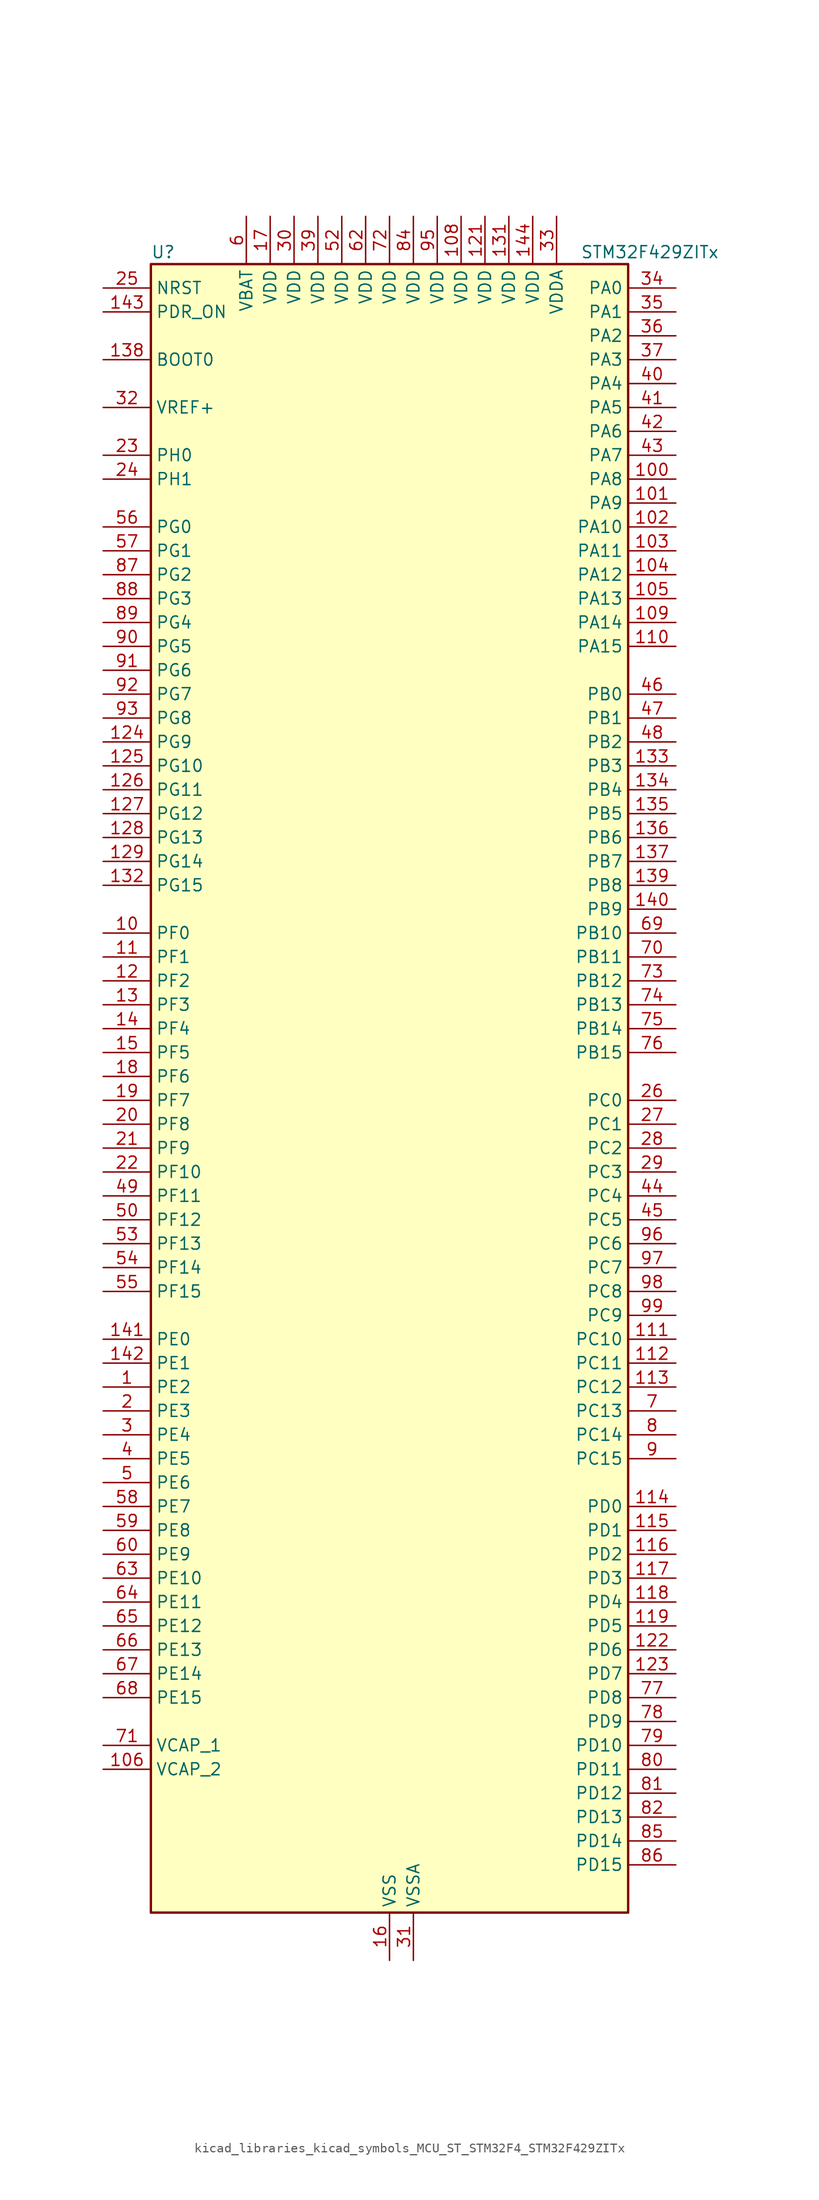
<source format=kicad_sym>
(kicad_symbol_lib
  (version 20220914)
  (generator kicad_symbol_editor)
  (symbol "kicad_libraries_kicad_symbols_MCU_ST_STM32F4_STM32F429ZITx"
    (property "Reference" "U"
      (at -25.4 90.17 0)
      (effects (font (size 1.27 1.27)) (justify left)))
    (property "Value" "STM32F429ZITx"
      (at 20.32 90.17 0)
      (effects (font (size 1.27 1.27)) (justify left)))
    (property "ki_locked" ""
      (at 0 0 0)
      (effects (font (size 1.27 1.27))))
    (symbol "kicad_libraries_kicad_symbols_MCU_ST_STM32F4_STM32F429ZITx_0_1"
      (rectangle (start -25.4 -86.36) (end 25.4 88.9) (stroke (width 0.254) (type default)) (fill (type background))))
    (symbol "kicad_libraries_kicad_symbols_MCU_ST_STM32F4_STM32F429ZITx_1_1"
      (pin bidirectional line (at -30.48 -30.48 0) (length 5.08) (name "PE2" (effects (font (size 1.27 1.27)))) (number "1" (effects (font (size 1.27 1.27)))) (alternate "ETH_TXD3" bidirectional line) (alternate "FMC_A23" bidirectional line) (alternate "SAI1_MCLK_A" bidirectional line) (alternate "SPI4_SCK" bidirectional line) (alternate "SYS_TRACECLK" bidirectional line))
      (pin bidirectional line (at -30.48 17.78 0) (length 5.08) (name "PF0" (effects (font (size 1.27 1.27)))) (number "10" (effects (font (size 1.27 1.27)))) (alternate "FMC_A0" bidirectional line) (alternate "I2C2_SDA" bidirectional line))
      (pin bidirectional line (at 30.48 66.04 180) (length 5.08) (name "PA8" (effects (font (size 1.27 1.27)))) (number "100" (effects (font (size 1.27 1.27)))) (alternate "I2C3_SCL" bidirectional line) (alternate "LTDC_R6" bidirectional line) (alternate "RCC_MCO_1" bidirectional line) (alternate "TIM1_CH1" bidirectional line) (alternate "USART1_CK" bidirectional line) (alternate "USB_OTG_FS_SOF" bidirectional line))
      (pin bidirectional line (at 30.48 63.5 180) (length 5.08) (name "PA9" (effects (font (size 1.27 1.27)))) (number "101" (effects (font (size 1.27 1.27)))) (alternate "DAC_EXTI9" bidirectional line) (alternate "DCMI_D0" bidirectional line) (alternate "I2C3_SMBA" bidirectional line) (alternate "TIM1_CH2" bidirectional line) (alternate "USART1_TX" bidirectional line) (alternate "USB_OTG_FS_VBUS" bidirectional line))
      (pin bidirectional line (at 30.48 60.96 180) (length 5.08) (name "PA10" (effects (font (size 1.27 1.27)))) (number "102" (effects (font (size 1.27 1.27)))) (alternate "DCMI_D1" bidirectional line) (alternate "TIM1_CH3" bidirectional line) (alternate "USART1_RX" bidirectional line) (alternate "USB_OTG_FS_ID" bidirectional line))
      (pin bidirectional line (at 30.48 58.42 180) (length 5.08) (name "PA11" (effects (font (size 1.27 1.27)))) (number "103" (effects (font (size 1.27 1.27)))) (alternate "ADC1_EXTI11" bidirectional line) (alternate "ADC2_EXTI11" bidirectional line) (alternate "ADC3_EXTI11" bidirectional line) (alternate "CAN1_RX" bidirectional line) (alternate "LTDC_R4" bidirectional line) (alternate "TIM1_CH4" bidirectional line) (alternate "USART1_CTS" bidirectional line) (alternate "USB_OTG_FS_DM" bidirectional line))
      (pin bidirectional line (at 30.48 55.88 180) (length 5.08) (name "PA12" (effects (font (size 1.27 1.27)))) (number "104" (effects (font (size 1.27 1.27)))) (alternate "CAN1_TX" bidirectional line) (alternate "LTDC_R5" bidirectional line) (alternate "TIM1_ETR" bidirectional line) (alternate "USART1_RTS" bidirectional line) (alternate "USB_OTG_FS_DP" bidirectional line))
      (pin bidirectional line (at 30.48 53.34 180) (length 5.08) (name "PA13" (effects (font (size 1.27 1.27)))) (number "105" (effects (font (size 1.27 1.27)))) (alternate "SYS_JTMS-SWDIO" bidirectional line))
      (pin power_out line (at -30.48 -71.12 0) (length 5.08) (name "VCAP_2" (effects (font (size 1.27 1.27)))) (number "106" (effects (font (size 1.27 1.27)))))
      (pin passive line (at 0 -91.44 90) (length 5.08) hide (name "VSS" (effects (font (size 1.27 1.27)))) (number "107" (effects (font (size 1.27 1.27)))))
      (pin power_in line (at 7.62 93.98 270) (length 5.08) (name "VDD" (effects (font (size 1.27 1.27)))) (number "108" (effects (font (size 1.27 1.27)))))
      (pin bidirectional line (at 30.48 50.8 180) (length 5.08) (name "PA14" (effects (font (size 1.27 1.27)))) (number "109" (effects (font (size 1.27 1.27)))) (alternate "SYS_JTCK-SWCLK" bidirectional line))
      (pin bidirectional line (at -30.48 15.24 0) (length 5.08) (name "PF1" (effects (font (size 1.27 1.27)))) (number "11" (effects (font (size 1.27 1.27)))) (alternate "FMC_A1" bidirectional line) (alternate "I2C2_SCL" bidirectional line))
      (pin bidirectional line (at 30.48 48.26 180) (length 5.08) (name "PA15" (effects (font (size 1.27 1.27)))) (number "110" (effects (font (size 1.27 1.27)))) (alternate "ADC1_EXTI15" bidirectional line) (alternate "ADC2_EXTI15" bidirectional line) (alternate "ADC3_EXTI15" bidirectional line) (alternate "I2S3_WS" bidirectional line) (alternate "SPI1_NSS" bidirectional line) (alternate "SPI3_NSS" bidirectional line) (alternate "SYS_JTDI" bidirectional line) (alternate "TIM2_CH1" bidirectional line) (alternate "TIM2_ETR" bidirectional line))
      (pin bidirectional line (at 30.48 -25.4 180) (length 5.08) (name "PC10" (effects (font (size 1.27 1.27)))) (number "111" (effects (font (size 1.27 1.27)))) (alternate "DCMI_D8" bidirectional line) (alternate "I2S3_CK" bidirectional line) (alternate "LTDC_R2" bidirectional line) (alternate "SDIO_D2" bidirectional line) (alternate "SPI3_SCK" bidirectional line) (alternate "UART4_TX" bidirectional line) (alternate "USART3_TX" bidirectional line))
      (pin bidirectional line (at 30.48 -27.94 180) (length 5.08) (name "PC11" (effects (font (size 1.27 1.27)))) (number "112" (effects (font (size 1.27 1.27)))) (alternate "ADC1_EXTI11" bidirectional line) (alternate "ADC2_EXTI11" bidirectional line) (alternate "ADC3_EXTI11" bidirectional line) (alternate "DCMI_D4" bidirectional line) (alternate "I2S3_ext_SD" bidirectional line) (alternate "SDIO_D3" bidirectional line) (alternate "SPI3_MISO" bidirectional line) (alternate "UART4_RX" bidirectional line) (alternate "USART3_RX" bidirectional line))
      (pin bidirectional line (at 30.48 -30.48 180) (length 5.08) (name "PC12" (effects (font (size 1.27 1.27)))) (number "113" (effects (font (size 1.27 1.27)))) (alternate "DCMI_D9" bidirectional line) (alternate "I2S3_SD" bidirectional line) (alternate "SDIO_CK" bidirectional line) (alternate "SPI3_MOSI" bidirectional line) (alternate "UART5_TX" bidirectional line) (alternate "USART3_CK" bidirectional line))
      (pin bidirectional line (at 30.48 -43.18 180) (length 5.08) (name "PD0" (effects (font (size 1.27 1.27)))) (number "114" (effects (font (size 1.27 1.27)))) (alternate "CAN1_RX" bidirectional line) (alternate "FMC_D2" bidirectional line) (alternate "FMC_DA2" bidirectional line))
      (pin bidirectional line (at 30.48 -45.72 180) (length 5.08) (name "PD1" (effects (font (size 1.27 1.27)))) (number "115" (effects (font (size 1.27 1.27)))) (alternate "CAN1_TX" bidirectional line) (alternate "FMC_D3" bidirectional line) (alternate "FMC_DA3" bidirectional line))
      (pin bidirectional line (at 30.48 -48.26 180) (length 5.08) (name "PD2" (effects (font (size 1.27 1.27)))) (number "116" (effects (font (size 1.27 1.27)))) (alternate "DCMI_D11" bidirectional line) (alternate "SDIO_CMD" bidirectional line) (alternate "TIM3_ETR" bidirectional line) (alternate "UART5_RX" bidirectional line))
      (pin bidirectional line (at 30.48 -50.8 180) (length 5.08) (name "PD3" (effects (font (size 1.27 1.27)))) (number "117" (effects (font (size 1.27 1.27)))) (alternate "DCMI_D5" bidirectional line) (alternate "FMC_CLK" bidirectional line) (alternate "I2S2_CK" bidirectional line) (alternate "LTDC_G7" bidirectional line) (alternate "SPI2_SCK" bidirectional line) (alternate "USART2_CTS" bidirectional line))
      (pin bidirectional line (at 30.48 -53.34 180) (length 5.08) (name "PD4" (effects (font (size 1.27 1.27)))) (number "118" (effects (font (size 1.27 1.27)))) (alternate "FMC_NOE" bidirectional line) (alternate "USART2_RTS" bidirectional line))
      (pin bidirectional line (at 30.48 -55.88 180) (length 5.08) (name "PD5" (effects (font (size 1.27 1.27)))) (number "119" (effects (font (size 1.27 1.27)))) (alternate "FMC_NWE" bidirectional line) (alternate "USART2_TX" bidirectional line))
      (pin bidirectional line (at -30.48 12.7 0) (length 5.08) (name "PF2" (effects (font (size 1.27 1.27)))) (number "12" (effects (font (size 1.27 1.27)))) (alternate "FMC_A2" bidirectional line) (alternate "I2C2_SMBA" bidirectional line))
      (pin passive line (at 0 -91.44 90) (length 5.08) hide (name "VSS" (effects (font (size 1.27 1.27)))) (number "120" (effects (font (size 1.27 1.27)))))
      (pin power_in line (at 10.16 93.98 270) (length 5.08) (name "VDD" (effects (font (size 1.27 1.27)))) (number "121" (effects (font (size 1.27 1.27)))))
      (pin bidirectional line (at 30.48 -58.42 180) (length 5.08) (name "PD6" (effects (font (size 1.27 1.27)))) (number "122" (effects (font (size 1.27 1.27)))) (alternate "DCMI_D10" bidirectional line) (alternate "FMC_NWAIT" bidirectional line) (alternate "I2S3_SD" bidirectional line) (alternate "LTDC_B2" bidirectional line) (alternate "SAI1_SD_A" bidirectional line) (alternate "SPI3_MOSI" bidirectional line) (alternate "USART2_RX" bidirectional line))
      (pin bidirectional line (at 30.48 -60.96 180) (length 5.08) (name "PD7" (effects (font (size 1.27 1.27)))) (number "123" (effects (font (size 1.27 1.27)))) (alternate "FMC_NCE2" bidirectional line) (alternate "FMC_NE1" bidirectional line) (alternate "USART2_CK" bidirectional line))
      (pin bidirectional line (at -30.48 38.1 0) (length 5.08) (name "PG9" (effects (font (size 1.27 1.27)))) (number "124" (effects (font (size 1.27 1.27)))) (alternate "DAC_EXTI9" bidirectional line) (alternate "DCMI_VSYNC" bidirectional line) (alternate "FMC_NCE3" bidirectional line) (alternate "FMC_NE2" bidirectional line) (alternate "USART6_RX" bidirectional line))
      (pin bidirectional line (at -30.48 35.56 0) (length 5.08) (name "PG10" (effects (font (size 1.27 1.27)))) (number "125" (effects (font (size 1.27 1.27)))) (alternate "DCMI_D2" bidirectional line) (alternate "FMC_NCE4_1" bidirectional line) (alternate "FMC_NE3" bidirectional line) (alternate "LTDC_B2" bidirectional line) (alternate "LTDC_G3" bidirectional line))
      (pin bidirectional line (at -30.48 33.02 0) (length 5.08) (name "PG11" (effects (font (size 1.27 1.27)))) (number "126" (effects (font (size 1.27 1.27)))) (alternate "ADC1_EXTI11" bidirectional line) (alternate "ADC2_EXTI11" bidirectional line) (alternate "ADC3_EXTI11" bidirectional line) (alternate "DCMI_D3" bidirectional line) (alternate "ETH_TX_EN" bidirectional line) (alternate "FMC_NCE4_2" bidirectional line) (alternate "LTDC_B3" bidirectional line))
      (pin bidirectional line (at -30.48 30.48 0) (length 5.08) (name "PG12" (effects (font (size 1.27 1.27)))) (number "127" (effects (font (size 1.27 1.27)))) (alternate "FMC_NE4" bidirectional line) (alternate "LTDC_B1" bidirectional line) (alternate "LTDC_B4" bidirectional line) (alternate "SPI6_MISO" bidirectional line) (alternate "USART6_RTS" bidirectional line))
      (pin bidirectional line (at -30.48 27.94 0) (length 5.08) (name "PG13" (effects (font (size 1.27 1.27)))) (number "128" (effects (font (size 1.27 1.27)))) (alternate "ETH_TXD0" bidirectional line) (alternate "FMC_A24" bidirectional line) (alternate "SPI6_SCK" bidirectional line) (alternate "USART6_CTS" bidirectional line))
      (pin bidirectional line (at -30.48 25.4 0) (length 5.08) (name "PG14" (effects (font (size 1.27 1.27)))) (number "129" (effects (font (size 1.27 1.27)))) (alternate "ETH_TXD1" bidirectional line) (alternate "FMC_A25" bidirectional line) (alternate "SPI6_MOSI" bidirectional line) (alternate "USART6_TX" bidirectional line))
      (pin bidirectional line (at -30.48 10.16 0) (length 5.08) (name "PF3" (effects (font (size 1.27 1.27)))) (number "13" (effects (font (size 1.27 1.27)))) (alternate "ADC3_IN9" bidirectional line) (alternate "FMC_A3" bidirectional line))
      (pin passive line (at 0 -91.44 90) (length 5.08) hide (name "VSS" (effects (font (size 1.27 1.27)))) (number "130" (effects (font (size 1.27 1.27)))))
      (pin power_in line (at 12.7 93.98 270) (length 5.08) (name "VDD" (effects (font (size 1.27 1.27)))) (number "131" (effects (font (size 1.27 1.27)))))
      (pin bidirectional line (at -30.48 22.86 0) (length 5.08) (name "PG15" (effects (font (size 1.27 1.27)))) (number "132" (effects (font (size 1.27 1.27)))) (alternate "ADC1_EXTI15" bidirectional line) (alternate "ADC2_EXTI15" bidirectional line) (alternate "ADC3_EXTI15" bidirectional line) (alternate "DCMI_D13" bidirectional line) (alternate "FMC_SDNCAS" bidirectional line) (alternate "USART6_CTS" bidirectional line))
      (pin bidirectional line (at 30.48 35.56 180) (length 5.08) (name "PB3" (effects (font (size 1.27 1.27)))) (number "133" (effects (font (size 1.27 1.27)))) (alternate "I2S3_CK" bidirectional line) (alternate "SPI1_SCK" bidirectional line) (alternate "SPI3_SCK" bidirectional line) (alternate "SYS_JTDO-SWO" bidirectional line) (alternate "TIM2_CH2" bidirectional line))
      (pin bidirectional line (at 30.48 33.02 180) (length 5.08) (name "PB4" (effects (font (size 1.27 1.27)))) (number "134" (effects (font (size 1.27 1.27)))) (alternate "I2S3_ext_SD" bidirectional line) (alternate "SPI1_MISO" bidirectional line) (alternate "SPI3_MISO" bidirectional line) (alternate "SYS_JTRST" bidirectional line) (alternate "TIM3_CH1" bidirectional line))
      (pin bidirectional line (at 30.48 30.48 180) (length 5.08) (name "PB5" (effects (font (size 1.27 1.27)))) (number "135" (effects (font (size 1.27 1.27)))) (alternate "CAN2_RX" bidirectional line) (alternate "DCMI_D10" bidirectional line) (alternate "ETH_PPS_OUT" bidirectional line) (alternate "FMC_SDCKE1" bidirectional line) (alternate "I2C1_SMBA" bidirectional line) (alternate "I2S3_SD" bidirectional line) (alternate "SPI1_MOSI" bidirectional line) (alternate "SPI3_MOSI" bidirectional line) (alternate "TIM3_CH2" bidirectional line) (alternate "USB_OTG_HS_ULPI_D7" bidirectional line))
      (pin bidirectional line (at 30.48 27.94 180) (length 5.08) (name "PB6" (effects (font (size 1.27 1.27)))) (number "136" (effects (font (size 1.27 1.27)))) (alternate "CAN2_TX" bidirectional line) (alternate "DCMI_D5" bidirectional line) (alternate "FMC_SDNE1" bidirectional line) (alternate "I2C1_SCL" bidirectional line) (alternate "TIM4_CH1" bidirectional line) (alternate "USART1_TX" bidirectional line))
      (pin bidirectional line (at 30.48 25.4 180) (length 5.08) (name "PB7" (effects (font (size 1.27 1.27)))) (number "137" (effects (font (size 1.27 1.27)))) (alternate "DCMI_VSYNC" bidirectional line) (alternate "FMC_NL" bidirectional line) (alternate "I2C1_SDA" bidirectional line) (alternate "TIM4_CH2" bidirectional line) (alternate "USART1_RX" bidirectional line))
      (pin input line (at -30.48 78.74 0) (length 5.08) (name "BOOT0" (effects (font (size 1.27 1.27)))) (number "138" (effects (font (size 1.27 1.27)))))
      (pin bidirectional line (at 30.48 22.86 180) (length 5.08) (name "PB8" (effects (font (size 1.27 1.27)))) (number "139" (effects (font (size 1.27 1.27)))) (alternate "CAN1_RX" bidirectional line) (alternate "DCMI_D6" bidirectional line) (alternate "ETH_TXD3" bidirectional line) (alternate "I2C1_SCL" bidirectional line) (alternate "LTDC_B6" bidirectional line) (alternate "SDIO_D4" bidirectional line) (alternate "TIM10_CH1" bidirectional line) (alternate "TIM4_CH3" bidirectional line))
      (pin bidirectional line (at -30.48 7.62 0) (length 5.08) (name "PF4" (effects (font (size 1.27 1.27)))) (number "14" (effects (font (size 1.27 1.27)))) (alternate "ADC3_IN14" bidirectional line) (alternate "FMC_A4" bidirectional line))
      (pin bidirectional line (at 30.48 20.32 180) (length 5.08) (name "PB9" (effects (font (size 1.27 1.27)))) (number "140" (effects (font (size 1.27 1.27)))) (alternate "CAN1_TX" bidirectional line) (alternate "DAC_EXTI9" bidirectional line) (alternate "DCMI_D7" bidirectional line) (alternate "I2C1_SDA" bidirectional line) (alternate "I2S2_WS" bidirectional line) (alternate "LTDC_B7" bidirectional line) (alternate "SDIO_D5" bidirectional line) (alternate "SPI2_NSS" bidirectional line) (alternate "TIM11_CH1" bidirectional line) (alternate "TIM4_CH4" bidirectional line))
      (pin bidirectional line (at -30.48 -25.4 0) (length 5.08) (name "PE0" (effects (font (size 1.27 1.27)))) (number "141" (effects (font (size 1.27 1.27)))) (alternate "DCMI_D2" bidirectional line) (alternate "FMC_NBL0" bidirectional line) (alternate "TIM4_ETR" bidirectional line) (alternate "UART8_RX" bidirectional line))
      (pin bidirectional line (at -30.48 -27.94 0) (length 5.08) (name "PE1" (effects (font (size 1.27 1.27)))) (number "142" (effects (font (size 1.27 1.27)))) (alternate "DCMI_D3" bidirectional line) (alternate "FMC_NBL1" bidirectional line) (alternate "UART8_TX" bidirectional line))
      (pin input line (at -30.48 83.82 0) (length 5.08) (name "PDR_ON" (effects (font (size 1.27 1.27)))) (number "143" (effects (font (size 1.27 1.27)))))
      (pin power_in line (at 15.24 93.98 270) (length 5.08) (name "VDD" (effects (font (size 1.27 1.27)))) (number "144" (effects (font (size 1.27 1.27)))))
      (pin bidirectional line (at -30.48 5.08 0) (length 5.08) (name "PF5" (effects (font (size 1.27 1.27)))) (number "15" (effects (font (size 1.27 1.27)))) (alternate "ADC3_IN15" bidirectional line) (alternate "FMC_A5" bidirectional line))
      (pin power_in line (at 0 -91.44 90) (length 5.08) (name "VSS" (effects (font (size 1.27 1.27)))) (number "16" (effects (font (size 1.27 1.27)))))
      (pin power_in line (at -12.7 93.98 270) (length 5.08) (name "VDD" (effects (font (size 1.27 1.27)))) (number "17" (effects (font (size 1.27 1.27)))))
      (pin bidirectional line (at -30.48 2.54 0) (length 5.08) (name "PF6" (effects (font (size 1.27 1.27)))) (number "18" (effects (font (size 1.27 1.27)))) (alternate "ADC3_IN4" bidirectional line) (alternate "FMC_NIORD" bidirectional line) (alternate "SAI1_SD_B" bidirectional line) (alternate "SPI5_NSS" bidirectional line) (alternate "TIM10_CH1" bidirectional line) (alternate "UART7_RX" bidirectional line))
      (pin bidirectional line (at -30.48 0 0) (length 5.08) (name "PF7" (effects (font (size 1.27 1.27)))) (number "19" (effects (font (size 1.27 1.27)))) (alternate "ADC3_IN5" bidirectional line) (alternate "FMC_NREG" bidirectional line) (alternate "SAI1_MCLK_B" bidirectional line) (alternate "SPI5_SCK" bidirectional line) (alternate "TIM11_CH1" bidirectional line) (alternate "UART7_TX" bidirectional line))
      (pin bidirectional line (at -30.48 -33.02 0) (length 5.08) (name "PE3" (effects (font (size 1.27 1.27)))) (number "2" (effects (font (size 1.27 1.27)))) (alternate "FMC_A19" bidirectional line) (alternate "SAI1_SD_B" bidirectional line) (alternate "SYS_TRACED0" bidirectional line))
      (pin bidirectional line (at -30.48 -2.54 0) (length 5.08) (name "PF8" (effects (font (size 1.27 1.27)))) (number "20" (effects (font (size 1.27 1.27)))) (alternate "ADC3_IN6" bidirectional line) (alternate "FMC_NIOWR" bidirectional line) (alternate "SAI1_SCK_B" bidirectional line) (alternate "SPI5_MISO" bidirectional line) (alternate "TIM13_CH1" bidirectional line))
      (pin bidirectional line (at -30.48 -5.08 0) (length 5.08) (name "PF9" (effects (font (size 1.27 1.27)))) (number "21" (effects (font (size 1.27 1.27)))) (alternate "ADC3_IN7" bidirectional line) (alternate "DAC_EXTI9" bidirectional line) (alternate "FMC_CD" bidirectional line) (alternate "SAI1_FS_B" bidirectional line) (alternate "SPI5_MOSI" bidirectional line) (alternate "TIM14_CH1" bidirectional line))
      (pin bidirectional line (at -30.48 -7.62 0) (length 5.08) (name "PF10" (effects (font (size 1.27 1.27)))) (number "22" (effects (font (size 1.27 1.27)))) (alternate "ADC3_IN8" bidirectional line) (alternate "DCMI_D11" bidirectional line) (alternate "FMC_INTR" bidirectional line) (alternate "LTDC_DE" bidirectional line))
      (pin bidirectional line (at -30.48 68.58 0) (length 5.08) (name "PH0" (effects (font (size 1.27 1.27)))) (number "23" (effects (font (size 1.27 1.27)))) (alternate "RCC_OSC_IN" bidirectional line))
      (pin bidirectional line (at -30.48 66.04 0) (length 5.08) (name "PH1" (effects (font (size 1.27 1.27)))) (number "24" (effects (font (size 1.27 1.27)))) (alternate "RCC_OSC_OUT" bidirectional line))
      (pin input line (at -30.48 86.36 0) (length 5.08) (name "NRST" (effects (font (size 1.27 1.27)))) (number "25" (effects (font (size 1.27 1.27)))))
      (pin bidirectional line (at 30.48 0 180) (length 5.08) (name "PC0" (effects (font (size 1.27 1.27)))) (number "26" (effects (font (size 1.27 1.27)))) (alternate "ADC1_IN10" bidirectional line) (alternate "ADC2_IN10" bidirectional line) (alternate "ADC3_IN10" bidirectional line) (alternate "FMC_SDNWE" bidirectional line) (alternate "USB_OTG_HS_ULPI_STP" bidirectional line))
      (pin bidirectional line (at 30.48 -2.54 180) (length 5.08) (name "PC1" (effects (font (size 1.27 1.27)))) (number "27" (effects (font (size 1.27 1.27)))) (alternate "ADC1_IN11" bidirectional line) (alternate "ADC2_IN11" bidirectional line) (alternate "ADC3_IN11" bidirectional line) (alternate "ETH_MDC" bidirectional line))
      (pin bidirectional line (at 30.48 -5.08 180) (length 5.08) (name "PC2" (effects (font (size 1.27 1.27)))) (number "28" (effects (font (size 1.27 1.27)))) (alternate "ADC1_IN12" bidirectional line) (alternate "ADC2_IN12" bidirectional line) (alternate "ADC3_IN12" bidirectional line) (alternate "ETH_TXD2" bidirectional line) (alternate "FMC_SDNE0" bidirectional line) (alternate "I2S2_ext_SD" bidirectional line) (alternate "SPI2_MISO" bidirectional line) (alternate "USB_OTG_HS_ULPI_DIR" bidirectional line))
      (pin bidirectional line (at 30.48 -7.62 180) (length 5.08) (name "PC3" (effects (font (size 1.27 1.27)))) (number "29" (effects (font (size 1.27 1.27)))) (alternate "ADC1_IN13" bidirectional line) (alternate "ADC2_IN13" bidirectional line) (alternate "ADC3_IN13" bidirectional line) (alternate "ETH_TX_CLK" bidirectional line) (alternate "FMC_SDCKE0" bidirectional line) (alternate "I2S2_SD" bidirectional line) (alternate "SPI2_MOSI" bidirectional line) (alternate "USB_OTG_HS_ULPI_NXT" bidirectional line))
      (pin bidirectional line (at -30.48 -35.56 0) (length 5.08) (name "PE4" (effects (font (size 1.27 1.27)))) (number "3" (effects (font (size 1.27 1.27)))) (alternate "DCMI_D4" bidirectional line) (alternate "FMC_A20" bidirectional line) (alternate "LTDC_B0" bidirectional line) (alternate "SAI1_FS_A" bidirectional line) (alternate "SPI4_NSS" bidirectional line) (alternate "SYS_TRACED1" bidirectional line))
      (pin power_in line (at -10.16 93.98 270) (length 5.08) (name "VDD" (effects (font (size 1.27 1.27)))) (number "30" (effects (font (size 1.27 1.27)))))
      (pin power_in line (at 2.54 -91.44 90) (length 5.08) (name "VSSA" (effects (font (size 1.27 1.27)))) (number "31" (effects (font (size 1.27 1.27)))))
      (pin input line (at -30.48 73.66 0) (length 5.08) (name "VREF+" (effects (font (size 1.27 1.27)))) (number "32" (effects (font (size 1.27 1.27)))))
      (pin power_in line (at 17.78 93.98 270) (length 5.08) (name "VDDA" (effects (font (size 1.27 1.27)))) (number "33" (effects (font (size 1.27 1.27)))))
      (pin bidirectional line (at 30.48 86.36 180) (length 5.08) (name "PA0" (effects (font (size 1.27 1.27)))) (number "34" (effects (font (size 1.27 1.27)))) (alternate "ADC1_IN0" bidirectional line) (alternate "ADC2_IN0" bidirectional line) (alternate "ADC3_IN0" bidirectional line) (alternate "ETH_CRS" bidirectional line) (alternate "SYS_WKUP" bidirectional line) (alternate "TIM2_CH1" bidirectional line) (alternate "TIM2_ETR" bidirectional line) (alternate "TIM5_CH1" bidirectional line) (alternate "TIM8_ETR" bidirectional line) (alternate "UART4_TX" bidirectional line) (alternate "USART2_CTS" bidirectional line))
      (pin bidirectional line (at 30.48 83.82 180) (length 5.08) (name "PA1" (effects (font (size 1.27 1.27)))) (number "35" (effects (font (size 1.27 1.27)))) (alternate "ADC1_IN1" bidirectional line) (alternate "ADC2_IN1" bidirectional line) (alternate "ADC3_IN1" bidirectional line) (alternate "ETH_REF_CLK" bidirectional line) (alternate "ETH_RX_CLK" bidirectional line) (alternate "TIM2_CH2" bidirectional line) (alternate "TIM5_CH2" bidirectional line) (alternate "UART4_RX" bidirectional line) (alternate "USART2_RTS" bidirectional line))
      (pin bidirectional line (at 30.48 81.28 180) (length 5.08) (name "PA2" (effects (font (size 1.27 1.27)))) (number "36" (effects (font (size 1.27 1.27)))) (alternate "ADC1_IN2" bidirectional line) (alternate "ADC2_IN2" bidirectional line) (alternate "ADC3_IN2" bidirectional line) (alternate "ETH_MDIO" bidirectional line) (alternate "TIM2_CH3" bidirectional line) (alternate "TIM5_CH3" bidirectional line) (alternate "TIM9_CH1" bidirectional line) (alternate "USART2_TX" bidirectional line))
      (pin bidirectional line (at 30.48 78.74 180) (length 5.08) (name "PA3" (effects (font (size 1.27 1.27)))) (number "37" (effects (font (size 1.27 1.27)))) (alternate "ADC1_IN3" bidirectional line) (alternate "ADC2_IN3" bidirectional line) (alternate "ADC3_IN3" bidirectional line) (alternate "ETH_COL" bidirectional line) (alternate "LTDC_B5" bidirectional line) (alternate "TIM2_CH4" bidirectional line) (alternate "TIM5_CH4" bidirectional line) (alternate "TIM9_CH2" bidirectional line) (alternate "USART2_RX" bidirectional line) (alternate "USB_OTG_HS_ULPI_D0" bidirectional line))
      (pin passive line (at 0 -91.44 90) (length 5.08) hide (name "VSS" (effects (font (size 1.27 1.27)))) (number "38" (effects (font (size 1.27 1.27)))))
      (pin power_in line (at -7.62 93.98 270) (length 5.08) (name "VDD" (effects (font (size 1.27 1.27)))) (number "39" (effects (font (size 1.27 1.27)))))
      (pin bidirectional line (at -30.48 -38.1 0) (length 5.08) (name "PE5" (effects (font (size 1.27 1.27)))) (number "4" (effects (font (size 1.27 1.27)))) (alternate "DCMI_D6" bidirectional line) (alternate "FMC_A21" bidirectional line) (alternate "LTDC_G0" bidirectional line) (alternate "SAI1_SCK_A" bidirectional line) (alternate "SPI4_MISO" bidirectional line) (alternate "SYS_TRACED2" bidirectional line) (alternate "TIM9_CH1" bidirectional line))
      (pin bidirectional line (at 30.48 76.2 180) (length 5.08) (name "PA4" (effects (font (size 1.27 1.27)))) (number "40" (effects (font (size 1.27 1.27)))) (alternate "ADC1_IN4" bidirectional line) (alternate "ADC2_IN4" bidirectional line) (alternate "DAC_OUT1" bidirectional line) (alternate "DCMI_HSYNC" bidirectional line) (alternate "I2S3_WS" bidirectional line) (alternate "LTDC_VSYNC" bidirectional line) (alternate "SPI1_NSS" bidirectional line) (alternate "SPI3_NSS" bidirectional line) (alternate "USART2_CK" bidirectional line) (alternate "USB_OTG_HS_SOF" bidirectional line))
      (pin bidirectional line (at 30.48 73.66 180) (length 5.08) (name "PA5" (effects (font (size 1.27 1.27)))) (number "41" (effects (font (size 1.27 1.27)))) (alternate "ADC1_IN5" bidirectional line) (alternate "ADC2_IN5" bidirectional line) (alternate "DAC_OUT2" bidirectional line) (alternate "SPI1_SCK" bidirectional line) (alternate "TIM2_CH1" bidirectional line) (alternate "TIM2_ETR" bidirectional line) (alternate "TIM8_CH1N" bidirectional line) (alternate "USB_OTG_HS_ULPI_CK" bidirectional line))
      (pin bidirectional line (at 30.48 71.12 180) (length 5.08) (name "PA6" (effects (font (size 1.27 1.27)))) (number "42" (effects (font (size 1.27 1.27)))) (alternate "ADC1_IN6" bidirectional line) (alternate "ADC2_IN6" bidirectional line) (alternate "DCMI_PIXCLK" bidirectional line) (alternate "LTDC_G2" bidirectional line) (alternate "SPI1_MISO" bidirectional line) (alternate "TIM13_CH1" bidirectional line) (alternate "TIM1_BKIN" bidirectional line) (alternate "TIM3_CH1" bidirectional line) (alternate "TIM8_BKIN" bidirectional line))
      (pin bidirectional line (at 30.48 68.58 180) (length 5.08) (name "PA7" (effects (font (size 1.27 1.27)))) (number "43" (effects (font (size 1.27 1.27)))) (alternate "ADC1_IN7" bidirectional line) (alternate "ADC2_IN7" bidirectional line) (alternate "ETH_CRS_DV" bidirectional line) (alternate "ETH_RX_DV" bidirectional line) (alternate "SPI1_MOSI" bidirectional line) (alternate "TIM14_CH1" bidirectional line) (alternate "TIM1_CH1N" bidirectional line) (alternate "TIM3_CH2" bidirectional line) (alternate "TIM8_CH1N" bidirectional line))
      (pin bidirectional line (at 30.48 -10.16 180) (length 5.08) (name "PC4" (effects (font (size 1.27 1.27)))) (number "44" (effects (font (size 1.27 1.27)))) (alternate "ADC1_IN14" bidirectional line) (alternate "ADC2_IN14" bidirectional line) (alternate "ETH_RXD0" bidirectional line))
      (pin bidirectional line (at 30.48 -12.7 180) (length 5.08) (name "PC5" (effects (font (size 1.27 1.27)))) (number "45" (effects (font (size 1.27 1.27)))) (alternate "ADC1_IN15" bidirectional line) (alternate "ADC2_IN15" bidirectional line) (alternate "ETH_RXD1" bidirectional line))
      (pin bidirectional line (at 30.48 43.18 180) (length 5.08) (name "PB0" (effects (font (size 1.27 1.27)))) (number "46" (effects (font (size 1.27 1.27)))) (alternate "ADC1_IN8" bidirectional line) (alternate "ADC2_IN8" bidirectional line) (alternate "ETH_RXD2" bidirectional line) (alternate "LTDC_R3" bidirectional line) (alternate "TIM1_CH2N" bidirectional line) (alternate "TIM3_CH3" bidirectional line) (alternate "TIM8_CH2N" bidirectional line) (alternate "USB_OTG_HS_ULPI_D1" bidirectional line))
      (pin bidirectional line (at 30.48 40.64 180) (length 5.08) (name "PB1" (effects (font (size 1.27 1.27)))) (number "47" (effects (font (size 1.27 1.27)))) (alternate "ADC1_IN9" bidirectional line) (alternate "ADC2_IN9" bidirectional line) (alternate "ETH_RXD3" bidirectional line) (alternate "LTDC_R6" bidirectional line) (alternate "TIM1_CH3N" bidirectional line) (alternate "TIM3_CH4" bidirectional line) (alternate "TIM8_CH3N" bidirectional line) (alternate "USB_OTG_HS_ULPI_D2" bidirectional line))
      (pin bidirectional line (at 30.48 38.1 180) (length 5.08) (name "PB2" (effects (font (size 1.27 1.27)))) (number "48" (effects (font (size 1.27 1.27)))))
      (pin bidirectional line (at -30.48 -10.16 0) (length 5.08) (name "PF11" (effects (font (size 1.27 1.27)))) (number "49" (effects (font (size 1.27 1.27)))) (alternate "ADC1_EXTI11" bidirectional line) (alternate "ADC2_EXTI11" bidirectional line) (alternate "ADC3_EXTI11" bidirectional line) (alternate "DCMI_D12" bidirectional line) (alternate "FMC_SDNRAS" bidirectional line) (alternate "SPI5_MOSI" bidirectional line))
      (pin bidirectional line (at -30.48 -40.64 0) (length 5.08) (name "PE6" (effects (font (size 1.27 1.27)))) (number "5" (effects (font (size 1.27 1.27)))) (alternate "DCMI_D7" bidirectional line) (alternate "FMC_A22" bidirectional line) (alternate "LTDC_G1" bidirectional line) (alternate "SAI1_SD_A" bidirectional line) (alternate "SPI4_MOSI" bidirectional line) (alternate "SYS_TRACED3" bidirectional line) (alternate "TIM9_CH2" bidirectional line))
      (pin bidirectional line (at -30.48 -12.7 0) (length 5.08) (name "PF12" (effects (font (size 1.27 1.27)))) (number "50" (effects (font (size 1.27 1.27)))) (alternate "FMC_A6" bidirectional line))
      (pin passive line (at 0 -91.44 90) (length 5.08) hide (name "VSS" (effects (font (size 1.27 1.27)))) (number "51" (effects (font (size 1.27 1.27)))))
      (pin power_in line (at -5.08 93.98 270) (length 5.08) (name "VDD" (effects (font (size 1.27 1.27)))) (number "52" (effects (font (size 1.27 1.27)))))
      (pin bidirectional line (at -30.48 -15.24 0) (length 5.08) (name "PF13" (effects (font (size 1.27 1.27)))) (number "53" (effects (font (size 1.27 1.27)))) (alternate "FMC_A7" bidirectional line))
      (pin bidirectional line (at -30.48 -17.78 0) (length 5.08) (name "PF14" (effects (font (size 1.27 1.27)))) (number "54" (effects (font (size 1.27 1.27)))) (alternate "FMC_A8" bidirectional line))
      (pin bidirectional line (at -30.48 -20.32 0) (length 5.08) (name "PF15" (effects (font (size 1.27 1.27)))) (number "55" (effects (font (size 1.27 1.27)))) (alternate "ADC1_EXTI15" bidirectional line) (alternate "ADC2_EXTI15" bidirectional line) (alternate "ADC3_EXTI15" bidirectional line) (alternate "FMC_A9" bidirectional line))
      (pin bidirectional line (at -30.48 60.96 0) (length 5.08) (name "PG0" (effects (font (size 1.27 1.27)))) (number "56" (effects (font (size 1.27 1.27)))) (alternate "FMC_A10" bidirectional line))
      (pin bidirectional line (at -30.48 58.42 0) (length 5.08) (name "PG1" (effects (font (size 1.27 1.27)))) (number "57" (effects (font (size 1.27 1.27)))) (alternate "FMC_A11" bidirectional line))
      (pin bidirectional line (at -30.48 -43.18 0) (length 5.08) (name "PE7" (effects (font (size 1.27 1.27)))) (number "58" (effects (font (size 1.27 1.27)))) (alternate "FMC_D4" bidirectional line) (alternate "FMC_DA4" bidirectional line) (alternate "TIM1_ETR" bidirectional line) (alternate "UART7_RX" bidirectional line))
      (pin bidirectional line (at -30.48 -45.72 0) (length 5.08) (name "PE8" (effects (font (size 1.27 1.27)))) (number "59" (effects (font (size 1.27 1.27)))) (alternate "FMC_D5" bidirectional line) (alternate "FMC_DA5" bidirectional line) (alternate "TIM1_CH1N" bidirectional line) (alternate "UART7_TX" bidirectional line))
      (pin power_in line (at -15.24 93.98 270) (length 5.08) (name "VBAT" (effects (font (size 1.27 1.27)))) (number "6" (effects (font (size 1.27 1.27)))))
      (pin bidirectional line (at -30.48 -48.26 0) (length 5.08) (name "PE9" (effects (font (size 1.27 1.27)))) (number "60" (effects (font (size 1.27 1.27)))) (alternate "DAC_EXTI9" bidirectional line) (alternate "FMC_D6" bidirectional line) (alternate "FMC_DA6" bidirectional line) (alternate "TIM1_CH1" bidirectional line))
      (pin passive line (at 0 -91.44 90) (length 5.08) hide (name "VSS" (effects (font (size 1.27 1.27)))) (number "61" (effects (font (size 1.27 1.27)))))
      (pin power_in line (at -2.54 93.98 270) (length 5.08) (name "VDD" (effects (font (size 1.27 1.27)))) (number "62" (effects (font (size 1.27 1.27)))))
      (pin bidirectional line (at -30.48 -50.8 0) (length 5.08) (name "PE10" (effects (font (size 1.27 1.27)))) (number "63" (effects (font (size 1.27 1.27)))) (alternate "FMC_D7" bidirectional line) (alternate "FMC_DA7" bidirectional line) (alternate "TIM1_CH2N" bidirectional line))
      (pin bidirectional line (at -30.48 -53.34 0) (length 5.08) (name "PE11" (effects (font (size 1.27 1.27)))) (number "64" (effects (font (size 1.27 1.27)))) (alternate "ADC1_EXTI11" bidirectional line) (alternate "ADC2_EXTI11" bidirectional line) (alternate "ADC3_EXTI11" bidirectional line) (alternate "FMC_D8" bidirectional line) (alternate "FMC_DA8" bidirectional line) (alternate "LTDC_G3" bidirectional line) (alternate "SPI4_NSS" bidirectional line) (alternate "TIM1_CH2" bidirectional line))
      (pin bidirectional line (at -30.48 -55.88 0) (length 5.08) (name "PE12" (effects (font (size 1.27 1.27)))) (number "65" (effects (font (size 1.27 1.27)))) (alternate "FMC_D9" bidirectional line) (alternate "FMC_DA9" bidirectional line) (alternate "LTDC_B4" bidirectional line) (alternate "SPI4_SCK" bidirectional line) (alternate "TIM1_CH3N" bidirectional line))
      (pin bidirectional line (at -30.48 -58.42 0) (length 5.08) (name "PE13" (effects (font (size 1.27 1.27)))) (number "66" (effects (font (size 1.27 1.27)))) (alternate "FMC_D10" bidirectional line) (alternate "FMC_DA10" bidirectional line) (alternate "LTDC_DE" bidirectional line) (alternate "SPI4_MISO" bidirectional line) (alternate "TIM1_CH3" bidirectional line))
      (pin bidirectional line (at -30.48 -60.96 0) (length 5.08) (name "PE14" (effects (font (size 1.27 1.27)))) (number "67" (effects (font (size 1.27 1.27)))) (alternate "FMC_D11" bidirectional line) (alternate "FMC_DA11" bidirectional line) (alternate "LTDC_CLK" bidirectional line) (alternate "SPI4_MOSI" bidirectional line) (alternate "TIM1_CH4" bidirectional line))
      (pin bidirectional line (at -30.48 -63.5 0) (length 5.08) (name "PE15" (effects (font (size 1.27 1.27)))) (number "68" (effects (font (size 1.27 1.27)))) (alternate "ADC1_EXTI15" bidirectional line) (alternate "ADC2_EXTI15" bidirectional line) (alternate "ADC3_EXTI15" bidirectional line) (alternate "FMC_D12" bidirectional line) (alternate "FMC_DA12" bidirectional line) (alternate "LTDC_R7" bidirectional line) (alternate "TIM1_BKIN" bidirectional line))
      (pin bidirectional line (at 30.48 17.78 180) (length 5.08) (name "PB10" (effects (font (size 1.27 1.27)))) (number "69" (effects (font (size 1.27 1.27)))) (alternate "ETH_RX_ER" bidirectional line) (alternate "I2C2_SCL" bidirectional line) (alternate "I2S2_CK" bidirectional line) (alternate "LTDC_G4" bidirectional line) (alternate "SPI2_SCK" bidirectional line) (alternate "TIM2_CH3" bidirectional line) (alternate "USART3_TX" bidirectional line) (alternate "USB_OTG_HS_ULPI_D3" bidirectional line))
      (pin bidirectional line (at 30.48 -33.02 180) (length 5.08) (name "PC13" (effects (font (size 1.27 1.27)))) (number "7" (effects (font (size 1.27 1.27)))) (alternate "RTC_AF1" bidirectional line))
      (pin bidirectional line (at 30.48 15.24 180) (length 5.08) (name "PB11" (effects (font (size 1.27 1.27)))) (number "70" (effects (font (size 1.27 1.27)))) (alternate "ADC1_EXTI11" bidirectional line) (alternate "ADC2_EXTI11" bidirectional line) (alternate "ADC3_EXTI11" bidirectional line) (alternate "ETH_TX_EN" bidirectional line) (alternate "I2C2_SDA" bidirectional line) (alternate "LTDC_G5" bidirectional line) (alternate "TIM2_CH4" bidirectional line) (alternate "USART3_RX" bidirectional line) (alternate "USB_OTG_HS_ULPI_D4" bidirectional line))
      (pin power_out line (at -30.48 -68.58 0) (length 5.08) (name "VCAP_1" (effects (font (size 1.27 1.27)))) (number "71" (effects (font (size 1.27 1.27)))))
      (pin power_in line (at 0 93.98 270) (length 5.08) (name "VDD" (effects (font (size 1.27 1.27)))) (number "72" (effects (font (size 1.27 1.27)))))
      (pin bidirectional line (at 30.48 12.7 180) (length 5.08) (name "PB12" (effects (font (size 1.27 1.27)))) (number "73" (effects (font (size 1.27 1.27)))) (alternate "CAN2_RX" bidirectional line) (alternate "ETH_TXD0" bidirectional line) (alternate "I2C2_SMBA" bidirectional line) (alternate "I2S2_WS" bidirectional line) (alternate "SPI2_NSS" bidirectional line) (alternate "TIM1_BKIN" bidirectional line) (alternate "USART3_CK" bidirectional line) (alternate "USB_OTG_HS_ID" bidirectional line) (alternate "USB_OTG_HS_ULPI_D5" bidirectional line))
      (pin bidirectional line (at 30.48 10.16 180) (length 5.08) (name "PB13" (effects (font (size 1.27 1.27)))) (number "74" (effects (font (size 1.27 1.27)))) (alternate "CAN2_TX" bidirectional line) (alternate "ETH_TXD1" bidirectional line) (alternate "I2S2_CK" bidirectional line) (alternate "SPI2_SCK" bidirectional line) (alternate "TIM1_CH1N" bidirectional line) (alternate "USART3_CTS" bidirectional line) (alternate "USB_OTG_HS_ULPI_D6" bidirectional line) (alternate "USB_OTG_HS_VBUS" bidirectional line))
      (pin bidirectional line (at 30.48 7.62 180) (length 5.08) (name "PB14" (effects (font (size 1.27 1.27)))) (number "75" (effects (font (size 1.27 1.27)))) (alternate "I2S2_ext_SD" bidirectional line) (alternate "SPI2_MISO" bidirectional line) (alternate "TIM12_CH1" bidirectional line) (alternate "TIM1_CH2N" bidirectional line) (alternate "TIM8_CH2N" bidirectional line) (alternate "USART3_RTS" bidirectional line) (alternate "USB_OTG_HS_DM" bidirectional line))
      (pin bidirectional line (at 30.48 5.08 180) (length 5.08) (name "PB15" (effects (font (size 1.27 1.27)))) (number "76" (effects (font (size 1.27 1.27)))) (alternate "ADC1_EXTI15" bidirectional line) (alternate "ADC2_EXTI15" bidirectional line) (alternate "ADC3_EXTI15" bidirectional line) (alternate "I2S2_SD" bidirectional line) (alternate "RTC_REFIN" bidirectional line) (alternate "SPI2_MOSI" bidirectional line) (alternate "TIM12_CH2" bidirectional line) (alternate "TIM1_CH3N" bidirectional line) (alternate "TIM8_CH3N" bidirectional line) (alternate "USB_OTG_HS_DP" bidirectional line))
      (pin bidirectional line (at 30.48 -63.5 180) (length 5.08) (name "PD8" (effects (font (size 1.27 1.27)))) (number "77" (effects (font (size 1.27 1.27)))) (alternate "FMC_D13" bidirectional line) (alternate "FMC_DA13" bidirectional line) (alternate "USART3_TX" bidirectional line))
      (pin bidirectional line (at 30.48 -66.04 180) (length 5.08) (name "PD9" (effects (font (size 1.27 1.27)))) (number "78" (effects (font (size 1.27 1.27)))) (alternate "DAC_EXTI9" bidirectional line) (alternate "FMC_D14" bidirectional line) (alternate "FMC_DA14" bidirectional line) (alternate "USART3_RX" bidirectional line))
      (pin bidirectional line (at 30.48 -68.58 180) (length 5.08) (name "PD10" (effects (font (size 1.27 1.27)))) (number "79" (effects (font (size 1.27 1.27)))) (alternate "FMC_D15" bidirectional line) (alternate "FMC_DA15" bidirectional line) (alternate "LTDC_B3" bidirectional line) (alternate "USART3_CK" bidirectional line))
      (pin bidirectional line (at 30.48 -35.56 180) (length 5.08) (name "PC14" (effects (font (size 1.27 1.27)))) (number "8" (effects (font (size 1.27 1.27)))) (alternate "RCC_OSC32_IN" bidirectional line))
      (pin bidirectional line (at 30.48 -71.12 180) (length 5.08) (name "PD11" (effects (font (size 1.27 1.27)))) (number "80" (effects (font (size 1.27 1.27)))) (alternate "ADC1_EXTI11" bidirectional line) (alternate "ADC2_EXTI11" bidirectional line) (alternate "ADC3_EXTI11" bidirectional line) (alternate "FMC_A16" bidirectional line) (alternate "FMC_CLE" bidirectional line) (alternate "USART3_CTS" bidirectional line))
      (pin bidirectional line (at 30.48 -73.66 180) (length 5.08) (name "PD12" (effects (font (size 1.27 1.27)))) (number "81" (effects (font (size 1.27 1.27)))) (alternate "FMC_A17" bidirectional line) (alternate "FMC_ALE" bidirectional line) (alternate "TIM4_CH1" bidirectional line) (alternate "USART3_RTS" bidirectional line))
      (pin bidirectional line (at 30.48 -76.2 180) (length 5.08) (name "PD13" (effects (font (size 1.27 1.27)))) (number "82" (effects (font (size 1.27 1.27)))) (alternate "FMC_A18" bidirectional line) (alternate "TIM4_CH2" bidirectional line))
      (pin passive line (at 0 -91.44 90) (length 5.08) hide (name "VSS" (effects (font (size 1.27 1.27)))) (number "83" (effects (font (size 1.27 1.27)))))
      (pin power_in line (at 2.54 93.98 270) (length 5.08) (name "VDD" (effects (font (size 1.27 1.27)))) (number "84" (effects (font (size 1.27 1.27)))))
      (pin bidirectional line (at 30.48 -78.74 180) (length 5.08) (name "PD14" (effects (font (size 1.27 1.27)))) (number "85" (effects (font (size 1.27 1.27)))) (alternate "FMC_D0" bidirectional line) (alternate "FMC_DA0" bidirectional line) (alternate "TIM4_CH3" bidirectional line))
      (pin bidirectional line (at 30.48 -81.28 180) (length 5.08) (name "PD15" (effects (font (size 1.27 1.27)))) (number "86" (effects (font (size 1.27 1.27)))) (alternate "ADC1_EXTI15" bidirectional line) (alternate "ADC2_EXTI15" bidirectional line) (alternate "ADC3_EXTI15" bidirectional line) (alternate "FMC_D1" bidirectional line) (alternate "FMC_DA1" bidirectional line) (alternate "TIM4_CH4" bidirectional line))
      (pin bidirectional line (at -30.48 55.88 0) (length 5.08) (name "PG2" (effects (font (size 1.27 1.27)))) (number "87" (effects (font (size 1.27 1.27)))) (alternate "FMC_A12" bidirectional line))
      (pin bidirectional line (at -30.48 53.34 0) (length 5.08) (name "PG3" (effects (font (size 1.27 1.27)))) (number "88" (effects (font (size 1.27 1.27)))) (alternate "FMC_A13" bidirectional line))
      (pin bidirectional line (at -30.48 50.8 0) (length 5.08) (name "PG4" (effects (font (size 1.27 1.27)))) (number "89" (effects (font (size 1.27 1.27)))) (alternate "FMC_A14" bidirectional line) (alternate "FMC_BA0" bidirectional line))
      (pin bidirectional line (at 30.48 -38.1 180) (length 5.08) (name "PC15" (effects (font (size 1.27 1.27)))) (number "9" (effects (font (size 1.27 1.27)))) (alternate "ADC1_EXTI15" bidirectional line) (alternate "ADC2_EXTI15" bidirectional line) (alternate "ADC3_EXTI15" bidirectional line) (alternate "RCC_OSC32_OUT" bidirectional line))
      (pin bidirectional line (at -30.48 48.26 0) (length 5.08) (name "PG5" (effects (font (size 1.27 1.27)))) (number "90" (effects (font (size 1.27 1.27)))) (alternate "FMC_A15" bidirectional line) (alternate "FMC_BA1" bidirectional line))
      (pin bidirectional line (at -30.48 45.72 0) (length 5.08) (name "PG6" (effects (font (size 1.27 1.27)))) (number "91" (effects (font (size 1.27 1.27)))) (alternate "DCMI_D12" bidirectional line) (alternate "FMC_INT2" bidirectional line) (alternate "LTDC_R7" bidirectional line))
      (pin bidirectional line (at -30.48 43.18 0) (length 5.08) (name "PG7" (effects (font (size 1.27 1.27)))) (number "92" (effects (font (size 1.27 1.27)))) (alternate "DCMI_D13" bidirectional line) (alternate "FMC_INT3" bidirectional line) (alternate "LTDC_CLK" bidirectional line) (alternate "USART6_CK" bidirectional line))
      (pin bidirectional line (at -30.48 40.64 0) (length 5.08) (name "PG8" (effects (font (size 1.27 1.27)))) (number "93" (effects (font (size 1.27 1.27)))) (alternate "ETH_PPS_OUT" bidirectional line) (alternate "FMC_SDCLK" bidirectional line) (alternate "SPI6_NSS" bidirectional line) (alternate "USART6_RTS" bidirectional line))
      (pin passive line (at 0 -91.44 90) (length 5.08) hide (name "VSS" (effects (font (size 1.27 1.27)))) (number "94" (effects (font (size 1.27 1.27)))))
      (pin power_in line (at 5.08 93.98 270) (length 5.08) (name "VDD" (effects (font (size 1.27 1.27)))) (number "95" (effects (font (size 1.27 1.27)))))
      (pin bidirectional line (at 30.48 -15.24 180) (length 5.08) (name "PC6" (effects (font (size 1.27 1.27)))) (number "96" (effects (font (size 1.27 1.27)))) (alternate "DCMI_D0" bidirectional line) (alternate "I2S2_MCK" bidirectional line) (alternate "LTDC_HSYNC" bidirectional line) (alternate "SDIO_D6" bidirectional line) (alternate "TIM3_CH1" bidirectional line) (alternate "TIM8_CH1" bidirectional line) (alternate "USART6_TX" bidirectional line))
      (pin bidirectional line (at 30.48 -17.78 180) (length 5.08) (name "PC7" (effects (font (size 1.27 1.27)))) (number "97" (effects (font (size 1.27 1.27)))) (alternate "DCMI_D1" bidirectional line) (alternate "I2S3_MCK" bidirectional line) (alternate "LTDC_G6" bidirectional line) (alternate "SDIO_D7" bidirectional line) (alternate "TIM3_CH2" bidirectional line) (alternate "TIM8_CH2" bidirectional line) (alternate "USART6_RX" bidirectional line))
      (pin bidirectional line (at 30.48 -20.32 180) (length 5.08) (name "PC8" (effects (font (size 1.27 1.27)))) (number "98" (effects (font (size 1.27 1.27)))) (alternate "DCMI_D2" bidirectional line) (alternate "SDIO_D0" bidirectional line) (alternate "TIM3_CH3" bidirectional line) (alternate "TIM8_CH3" bidirectional line) (alternate "USART6_CK" bidirectional line))
      (pin bidirectional line (at 30.48 -22.86 180) (length 5.08) (name "PC9" (effects (font (size 1.27 1.27)))) (number "99" (effects (font (size 1.27 1.27)))) (alternate "DAC_EXTI9" bidirectional line) (alternate "DCMI_D3" bidirectional line) (alternate "I2C3_SDA" bidirectional line) (alternate "I2S_CKIN" bidirectional line) (alternate "RCC_MCO_2" bidirectional line) (alternate "SDIO_D1" bidirectional line) (alternate "TIM3_CH4" bidirectional line) (alternate "TIM8_CH4" bidirectional line)))))
</source>
